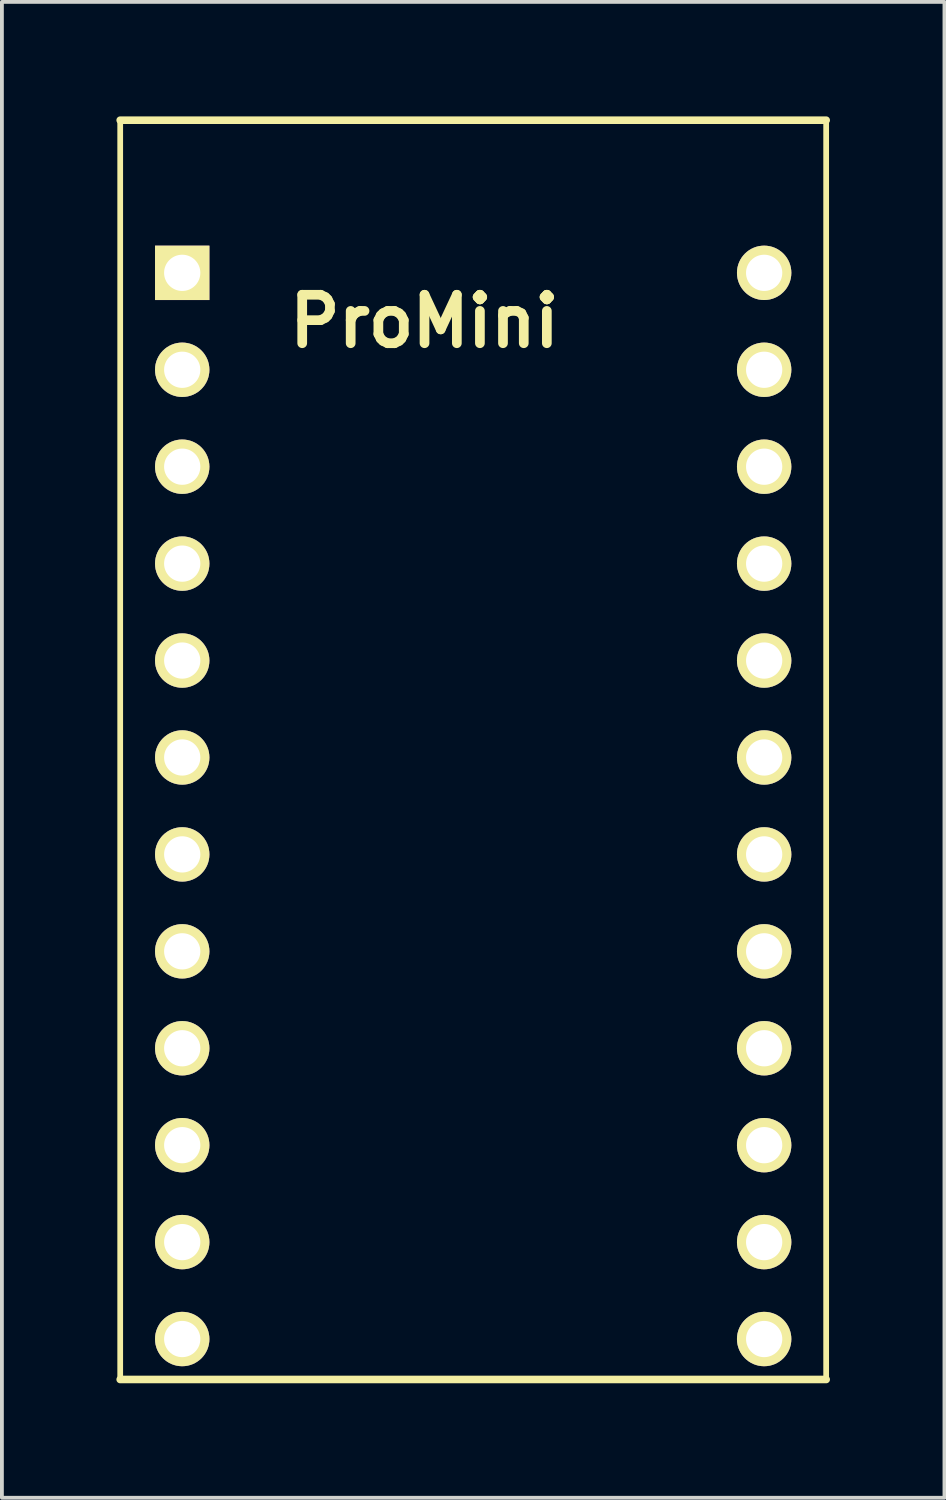
<source format=kicad_pcb>
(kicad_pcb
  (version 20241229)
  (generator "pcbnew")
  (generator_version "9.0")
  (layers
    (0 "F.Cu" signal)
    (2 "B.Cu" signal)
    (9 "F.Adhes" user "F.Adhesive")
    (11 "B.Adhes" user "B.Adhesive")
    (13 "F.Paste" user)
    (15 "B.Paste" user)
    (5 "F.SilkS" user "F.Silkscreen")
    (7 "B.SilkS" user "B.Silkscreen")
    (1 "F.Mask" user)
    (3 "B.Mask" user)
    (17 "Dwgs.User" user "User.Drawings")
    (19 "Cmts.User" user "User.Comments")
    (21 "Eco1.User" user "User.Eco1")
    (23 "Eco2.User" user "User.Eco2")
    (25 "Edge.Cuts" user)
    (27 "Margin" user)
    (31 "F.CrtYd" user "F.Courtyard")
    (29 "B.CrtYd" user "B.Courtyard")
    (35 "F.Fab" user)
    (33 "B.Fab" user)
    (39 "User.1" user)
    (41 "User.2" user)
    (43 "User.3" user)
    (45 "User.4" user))
  (footprint "ProMini"
    (layer "F.Cu")
    (at 1.725 4.1)
    (property "Reference" "ProMini" (at 6.35 1.27 0) (layer "F.SilkS") (effects (font (size 1.27 1.27) (thickness 0.254))))
    (attr through_hole)
    (fp_line (start -1.625 29) (end -1.625 -4) (stroke (width 0.15) (type solid)) (layer "F.SilkS"))
    (fp_line (start -1.625 29) (end 16.875 29) (stroke (width 0.2) (type solid)) (layer "F.SilkS"))
    (fp_line (start 16.875 -4) (end -1.625 -4) (stroke (width 0.2) (type solid)) (layer "F.SilkS"))
    (fp_line (start 16.875 29) (end 16.875 -4) (stroke (width 0.15) (type solid)) (layer "F.SilkS"))
    (pad "1" thru_hole rect (at 0 0 90) (size 1.425 1.425) (drill 0.95) (layers "*.Cu" "*.Mask" "F.SilkS"))
    (pad "2" thru_hole circle (at 0 2.54 90) (size 1.425 1.425) (drill 0.95) (layers "*.Cu" "*.Mask" "F.SilkS"))
    (pad "3" thru_hole circle (at 0 5.08 90) (size 1.425 1.425) (drill 0.95) (layers "*.Cu" "*.Mask" "F.SilkS"))
    (pad "4" thru_hole circle (at 0 7.62 90) (size 1.425 1.425) (drill 0.95) (layers "*.Cu" "*.Mask" "F.SilkS"))
    (pad "5" thru_hole circle (at 0 10.16 90) (size 1.425 1.425) (drill 0.95) (layers "*.Cu" "*.Mask" "F.SilkS"))
    (pad "6" thru_hole circle (at 0 12.7 90) (size 1.425 1.425) (drill 0.95) (layers "*.Cu" "*.Mask" "F.SilkS"))
    (pad "7" thru_hole circle (at 0 15.24 90) (size 1.425 1.425) (drill 0.95) (layers "*.Cu" "*.Mask" "F.SilkS"))
    (pad "8" thru_hole circle (at 0 17.78 90) (size 1.425 1.425) (drill 0.95) (layers "*.Cu" "*.Mask" "F.SilkS"))
    (pad "9" thru_hole circle (at 0 20.32 90) (size 1.425 1.425) (drill 0.95) (layers "*.Cu" "*.Mask" "F.SilkS"))
    (pad "10" thru_hole circle (at 0 22.86 90) (size 1.425 1.425) (drill 0.95) (layers "*.Cu" "*.Mask" "F.SilkS"))
    (pad "11" thru_hole circle (at 0 25.4 90) (size 1.425 1.425) (drill 0.95) (layers "*.Cu" "*.Mask" "F.SilkS"))
    (pad "12" thru_hole circle (at 0 27.94 90) (size 1.425 1.425) (drill 0.95) (layers "*.Cu" "*.Mask" "F.SilkS"))
    (pad "13" thru_hole circle (at 15.25 27.94 90) (size 1.425 1.425) (drill 0.95) (layers "*.Cu" "*.Mask" "F.SilkS"))
    (pad "14" thru_hole circle (at 15.25 25.4 90) (size 1.425 1.425) (drill 0.95) (layers "*.Cu" "*.Mask" "F.SilkS"))
    (pad "15" thru_hole circle (at 15.25 22.86 90) (size 1.425 1.425) (drill 0.95) (layers "*.Cu" "*.Mask" "F.SilkS"))
    (pad "16" thru_hole circle (at 15.25 20.32 90) (size 1.425 1.425) (drill 0.95) (layers "*.Cu" "*.Mask" "F.SilkS"))
    (pad "17" thru_hole circle (at 15.25 17.78 90) (size 1.425 1.425) (drill 0.95) (layers "*.Cu" "*.Mask" "F.SilkS"))
    (pad "18" thru_hole circle (at 15.25 15.24 90) (size 1.425 1.425) (drill 0.95) (layers "*.Cu" "*.Mask" "F.SilkS"))
    (pad "19" thru_hole circle (at 15.25 12.7 90) (size 1.425 1.425) (drill 0.95) (layers "*.Cu" "*.Mask" "F.SilkS"))
    (pad "20" thru_hole circle (at 15.25 10.16 90) (size 1.425 1.425) (drill 0.95) (layers "*.Cu" "*.Mask" "F.SilkS"))
    (pad "21" thru_hole circle (at 15.25 7.62 90) (size 1.425 1.425) (drill 0.95) (layers "*.Cu" "*.Mask" "F.SilkS"))
    (pad "22" thru_hole circle (at 15.25 5.08 90) (size 1.425 1.425) (drill 0.95) (layers "*.Cu" "*.Mask" "F.SilkS"))
    (pad "23" thru_hole circle (at 15.25 2.54 90) (size 1.425 1.425) (drill 0.95) (layers "*.Cu" "*.Mask" "F.SilkS"))
    (pad "24" thru_hole circle (at 15.25 0 90) (size 1.425 1.425) (drill 0.95) (layers "*.Cu" "*.Mask" "F.SilkS")))
  (gr_rect
    (start -3 -3)
    (end 21.7 36.2)
    (stroke (width 0.1) (type default))
    (fill no)
    (layer "Edge.Cuts")))
</source>
